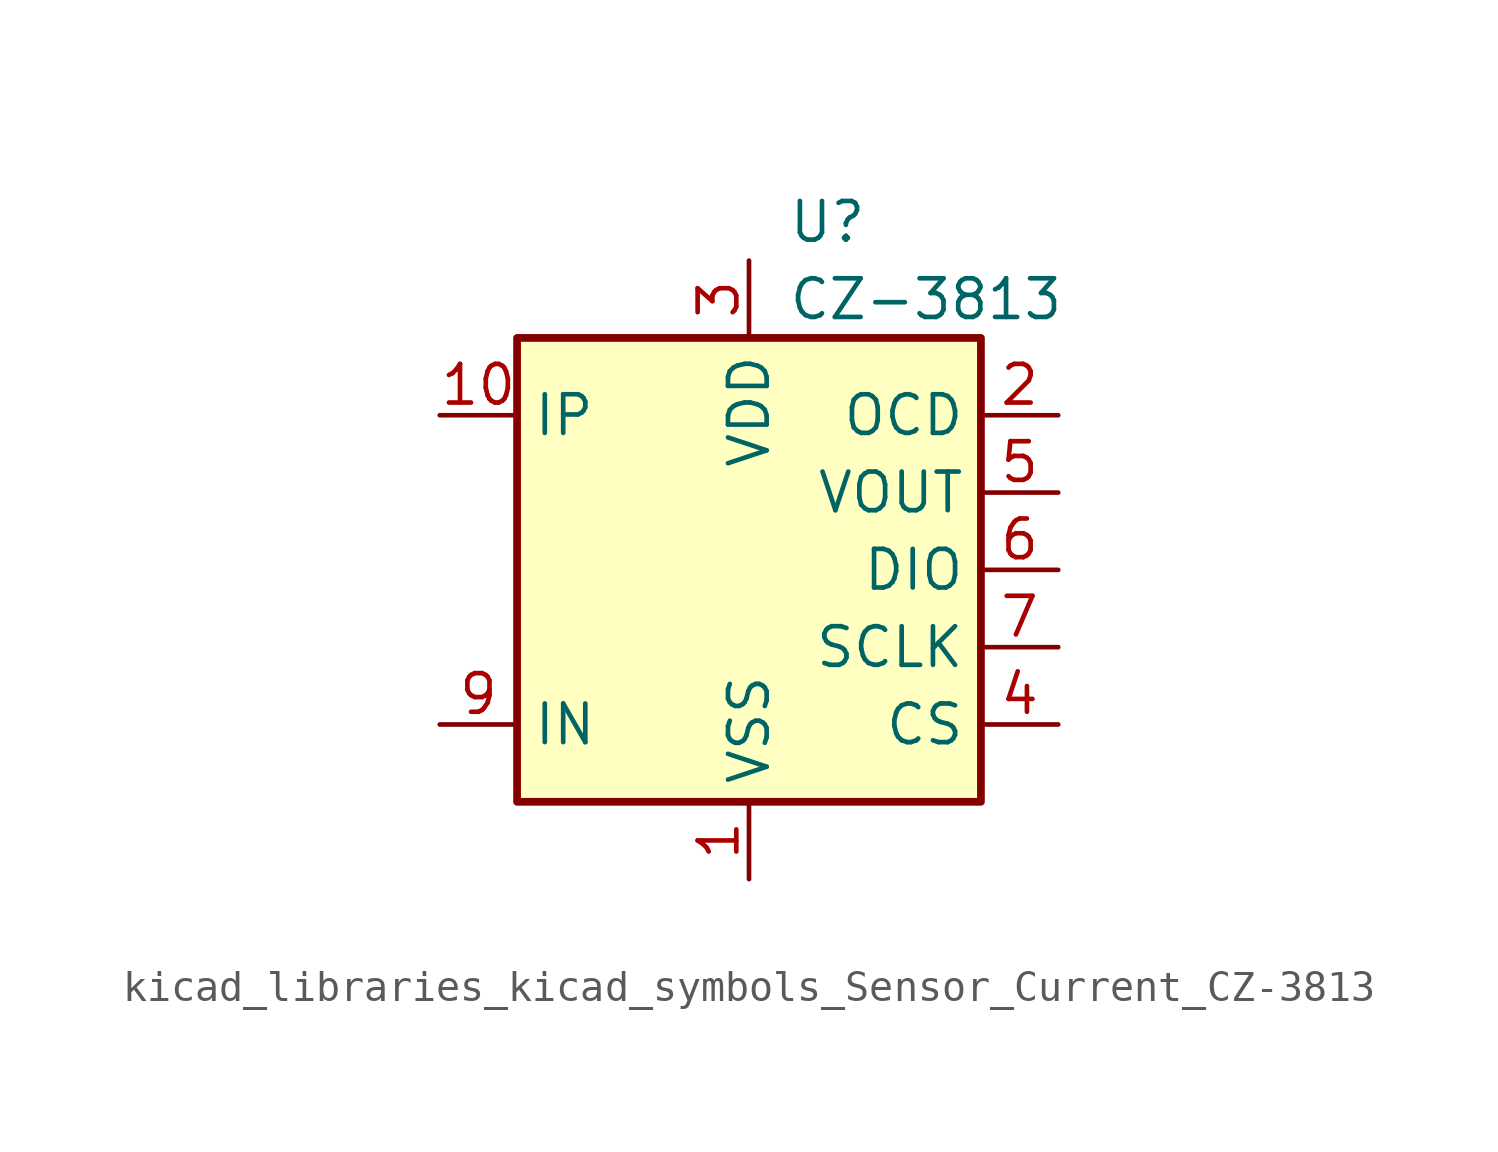
<source format=kicad_sym>
(kicad_symbol_lib
  (version 20220914)
  (generator kicad_symbol_editor)
  (symbol "kicad_libraries_kicad_symbols_Sensor_Current_CZ-3813"
    (property "Reference" "U"
      (at 1.27 11.43 0)
      (effects (font (size 1.27 1.27)) (justify left)))
    (property "Value" "CZ-3813"
      (at 1.27 8.89 0)
      (effects (font (size 1.27 1.27)) (justify left)))
    (symbol "kicad_libraries_kicad_symbols_Sensor_Current_CZ-3813_0_1"
      (rectangle (start -7.62 7.62) (end 7.62 -7.62) (stroke (width 0.254) (type default)) (fill (type background))))
    (symbol "kicad_libraries_kicad_symbols_Sensor_Current_CZ-3813_1_1"
      (pin power_in line (at 0 -10.16 90) (length 2.54) (name "VSS" (effects (font (size 1.27 1.27)))) (number "1" (effects (font (size 1.27 1.27)))))
      (pin passive line (at -10.16 5.08 0) (length 2.54) (name "IP" (effects (font (size 1.27 1.27)))) (number "10" (effects (font (size 1.27 1.27)))))
      (pin output line (at 10.16 5.08 180) (length 2.54) (name "OCD" (effects (font (size 1.27 1.27)))) (number "2" (effects (font (size 1.27 1.27)))))
      (pin power_in line (at 0 10.16 270) (length 2.54) (name "VDD" (effects (font (size 1.27 1.27)))) (number "3" (effects (font (size 1.27 1.27)))))
      (pin input line (at 10.16 -5.08 180) (length 2.54) (name "CS" (effects (font (size 1.27 1.27)))) (number "4" (effects (font (size 1.27 1.27)))))
      (pin output line (at 10.16 2.54 180) (length 2.54) (name "VOUT" (effects (font (size 1.27 1.27)))) (number "5" (effects (font (size 1.27 1.27)))))
      (pin bidirectional line (at 10.16 0 180) (length 2.54) (name "DIO" (effects (font (size 1.27 1.27)))) (number "6" (effects (font (size 1.27 1.27)))))
      (pin input line (at 10.16 -2.54 180) (length 2.54) (name "SCLK" (effects (font (size 1.27 1.27)))) (number "7" (effects (font (size 1.27 1.27)))))
      (pin passive line (at 0 -10.16 90) (length 2.54) hide (name "VSS" (effects (font (size 1.27 1.27)))) (number "8" (effects (font (size 1.27 1.27)))))
      (pin passive line (at -10.16 -5.08 0) (length 2.54) (name "IN" (effects (font (size 1.27 1.27)))) (number "9" (effects (font (size 1.27 1.27))))))))
</source>
